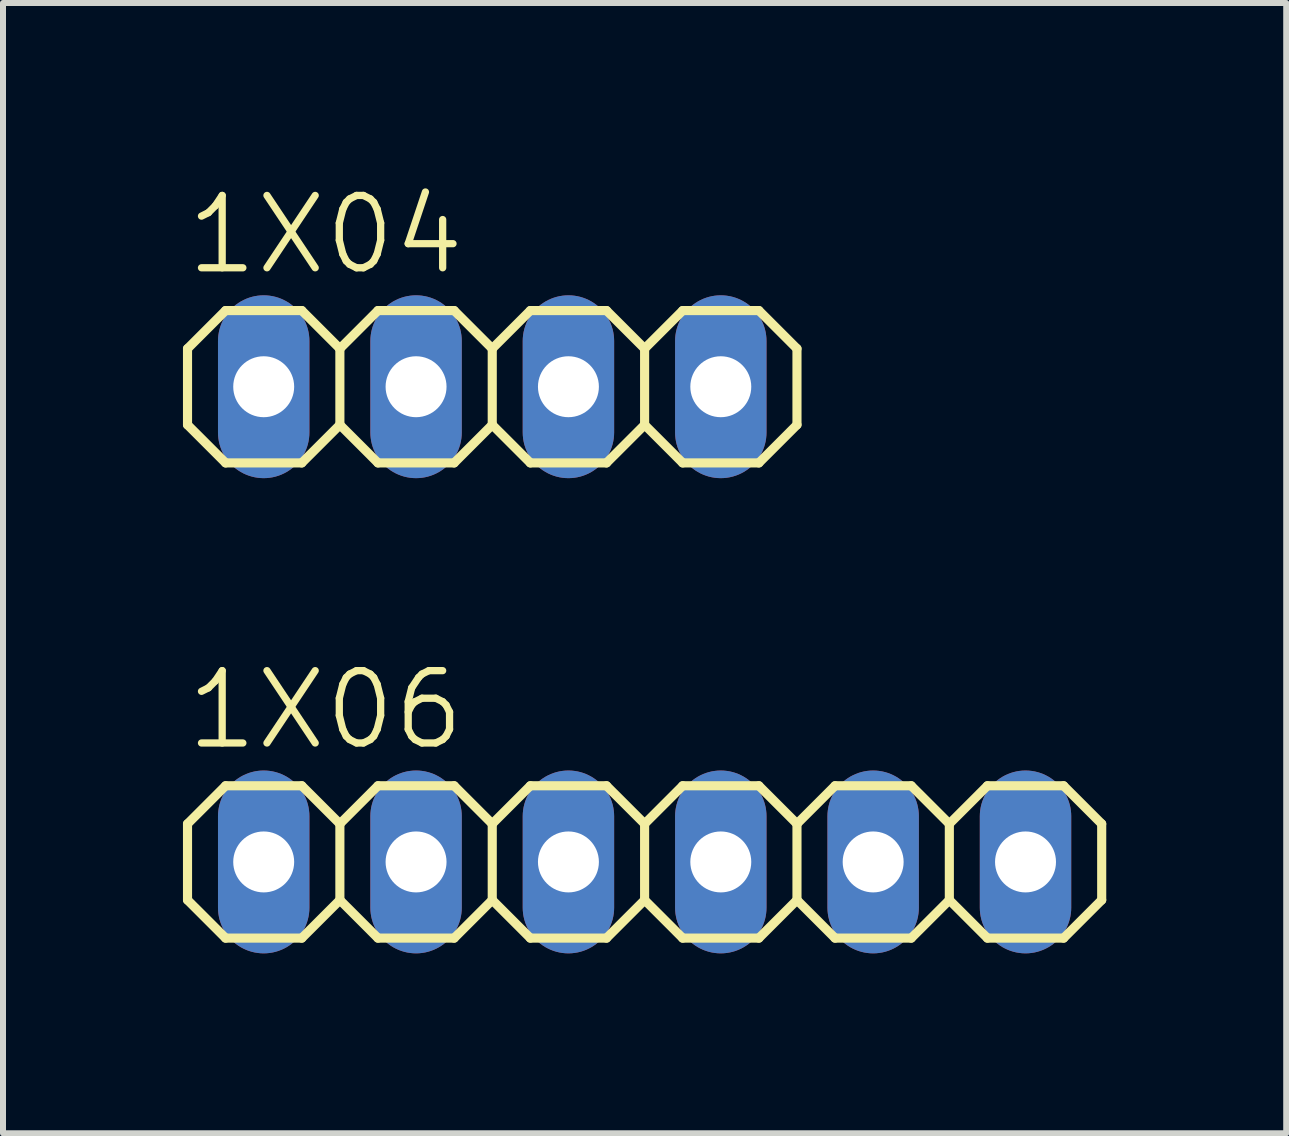
<source format=kicad_pcb>
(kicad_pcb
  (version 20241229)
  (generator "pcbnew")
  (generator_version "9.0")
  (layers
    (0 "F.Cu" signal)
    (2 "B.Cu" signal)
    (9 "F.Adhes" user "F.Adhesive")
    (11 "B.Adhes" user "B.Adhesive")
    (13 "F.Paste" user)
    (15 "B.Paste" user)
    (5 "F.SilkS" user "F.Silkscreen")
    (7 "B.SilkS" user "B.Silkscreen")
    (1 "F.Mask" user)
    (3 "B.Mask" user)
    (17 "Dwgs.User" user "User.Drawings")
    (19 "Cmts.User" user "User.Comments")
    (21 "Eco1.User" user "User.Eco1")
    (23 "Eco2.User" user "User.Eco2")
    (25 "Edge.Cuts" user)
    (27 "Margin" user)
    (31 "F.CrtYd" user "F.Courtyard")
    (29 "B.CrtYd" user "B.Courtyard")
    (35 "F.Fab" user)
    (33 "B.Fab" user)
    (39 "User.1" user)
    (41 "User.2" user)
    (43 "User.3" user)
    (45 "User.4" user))
  (footprint "1X06"
    (layer "F.Cu")
    (at 7.696 11.319)
    (property "Reference" "1X06" (at -7.696 -1.829 0) (layer "F.SilkS") (effects (font (size 1.206 1.206) (thickness 0.121)) (justify left bottom)))
    (attr through_hole)
    (fp_line (start -7.62 -0.635) (end -7.62 0.635) (stroke (width 0.152) (type solid)) (layer "F.SilkS"))
    (fp_line (start -7.62 0.635) (end -6.985 1.27) (stroke (width 0.152) (type solid)) (layer "F.SilkS"))
    (fp_line (start -6.985 -1.27) (end -7.62 -0.635) (stroke (width 0.152) (type solid)) (layer "F.SilkS"))
    (fp_line (start -6.985 -1.27) (end -5.715 -1.27) (stroke (width 0.152) (type solid)) (layer "F.SilkS"))
    (fp_line (start -5.715 -1.27) (end -5.08 -0.635) (stroke (width 0.152) (type solid)) (layer "F.SilkS"))
    (fp_line (start -5.715 1.27) (end -6.985 1.27) (stroke (width 0.152) (type solid)) (layer "F.SilkS"))
    (fp_line (start -5.08 -0.635) (end -5.08 0.635) (stroke (width 0.152) (type solid)) (layer "F.SilkS"))
    (fp_line (start -5.08 -0.635) (end -4.445 -1.27) (stroke (width 0.152) (type solid)) (layer "F.SilkS"))
    (fp_line (start -5.08 0.635) (end -5.715 1.27) (stroke (width 0.152) (type solid)) (layer "F.SilkS"))
    (fp_line (start -4.445 -1.27) (end -3.175 -1.27) (stroke (width 0.152) (type solid)) (layer "F.SilkS"))
    (fp_line (start -4.445 1.27) (end -5.08 0.635) (stroke (width 0.152) (type solid)) (layer "F.SilkS"))
    (fp_line (start -3.175 -1.27) (end -2.54 -0.635) (stroke (width 0.152) (type solid)) (layer "F.SilkS"))
    (fp_line (start -3.175 1.27) (end -4.445 1.27) (stroke (width 0.152) (type solid)) (layer "F.SilkS"))
    (fp_line (start -2.54 -0.635) (end -2.54 0.635) (stroke (width 0.152) (type solid)) (layer "F.SilkS"))
    (fp_line (start -2.54 -0.635) (end -1.905 -1.27) (stroke (width 0.152) (type solid)) (layer "F.SilkS"))
    (fp_line (start -2.54 0.635) (end -3.175 1.27) (stroke (width 0.152) (type solid)) (layer "F.SilkS"))
    (fp_line (start -1.905 -1.27) (end -0.635 -1.27) (stroke (width 0.152) (type solid)) (layer "F.SilkS"))
    (fp_line (start -1.905 1.27) (end -2.54 0.635) (stroke (width 0.152) (type solid)) (layer "F.SilkS"))
    (fp_line (start -0.635 -1.27) (end 0 -0.635) (stroke (width 0.152) (type solid)) (layer "F.SilkS"))
    (fp_line (start -0.635 1.27) (end -1.905 1.27) (stroke (width 0.152) (type solid)) (layer "F.SilkS"))
    (fp_line (start 0 -0.635) (end 0 0.635) (stroke (width 0.152) (type solid)) (layer "F.SilkS"))
    (fp_line (start 0 0.635) (end -0.635 1.27) (stroke (width 0.152) (type solid)) (layer "F.SilkS"))
    (fp_line (start 0 0.635) (end 0.635 1.27) (stroke (width 0.152) (type solid)) (layer "F.SilkS"))
    (fp_line (start 0.635 -1.27) (end 0 -0.635) (stroke (width 0.152) (type solid)) (layer "F.SilkS"))
    (fp_line (start 0.635 -1.27) (end 1.905 -1.27) (stroke (width 0.152) (type solid)) (layer "F.SilkS"))
    (fp_line (start 1.905 -1.27) (end 2.54 -0.635) (stroke (width 0.152) (type solid)) (layer "F.SilkS"))
    (fp_line (start 1.905 1.27) (end 0.635 1.27) (stroke (width 0.152) (type solid)) (layer "F.SilkS"))
    (fp_line (start 2.54 -0.635) (end 2.54 0.635) (stroke (width 0.152) (type solid)) (layer "F.SilkS"))
    (fp_line (start 2.54 -0.635) (end 3.175 -1.27) (stroke (width 0.152) (type solid)) (layer "F.SilkS"))
    (fp_line (start 2.54 0.635) (end 1.905 1.27) (stroke (width 0.152) (type solid)) (layer "F.SilkS"))
    (fp_line (start 3.175 -1.27) (end 4.445 -1.27) (stroke (width 0.152) (type solid)) (layer "F.SilkS"))
    (fp_line (start 3.175 1.27) (end 2.54 0.635) (stroke (width 0.152) (type solid)) (layer "F.SilkS"))
    (fp_line (start 4.445 -1.27) (end 5.08 -0.635) (stroke (width 0.152) (type solid)) (layer "F.SilkS"))
    (fp_line (start 4.445 1.27) (end 3.175 1.27) (stroke (width 0.152) (type solid)) (layer "F.SilkS"))
    (fp_line (start 5.08 -0.635) (end 5.08 0.635) (stroke (width 0.152) (type solid)) (layer "F.SilkS"))
    (fp_line (start 5.08 0.635) (end 4.445 1.27) (stroke (width 0.152) (type solid)) (layer "F.SilkS"))
    (fp_line (start 5.08 0.635) (end 5.715 1.27) (stroke (width 0.152) (type solid)) (layer "F.SilkS"))
    (fp_line (start 5.715 -1.27) (end 5.08 -0.635) (stroke (width 0.152) (type solid)) (layer "F.SilkS"))
    (fp_line (start 5.715 -1.27) (end 6.985 -1.27) (stroke (width 0.152) (type solid)) (layer "F.SilkS"))
    (fp_line (start 6.985 -1.27) (end 7.62 -0.635) (stroke (width 0.152) (type solid)) (layer "F.SilkS"))
    (fp_line (start 6.985 1.27) (end 5.715 1.27) (stroke (width 0.152) (type solid)) (layer "F.SilkS"))
    (fp_line (start 7.62 -0.635) (end 7.62 0.635) (stroke (width 0.152) (type solid)) (layer "F.SilkS"))
    (fp_line (start 7.62 0.635) (end 6.985 1.27) (stroke (width 0.152) (type solid)) (layer "F.SilkS"))
    (fp_poly (pts (xy -6.604 0.254) (xy -6.096 0.254) (xy -6.096 -0.254) (xy -6.604 -0.254)) (stroke (width 0.1) (type solid)) (fill no) (layer "F.Fab"))
    (fp_poly (pts (xy -4.064 0.254) (xy -3.556 0.254) (xy -3.556 -0.254) (xy -4.064 -0.254)) (stroke (width 0.1) (type solid)) (fill no) (layer "F.Fab"))
    (fp_poly (pts (xy -1.524 0.254) (xy -1.016 0.254) (xy -1.016 -0.254) (xy -1.524 -0.254)) (stroke (width 0.1) (type solid)) (fill no) (layer "F.Fab"))
    (fp_poly (pts (xy 1.016 0.254) (xy 1.524 0.254) (xy 1.524 -0.254) (xy 1.016 -0.254)) (stroke (width 0.1) (type solid)) (fill no) (layer "F.Fab"))
    (fp_poly (pts (xy 3.556 0.254) (xy 4.064 0.254) (xy 4.064 -0.254) (xy 3.556 -0.254)) (stroke (width 0.1) (type solid)) (fill no) (layer "F.Fab"))
    (fp_poly (pts (xy 6.096 0.254) (xy 6.604 0.254) (xy 6.604 -0.254) (xy 6.096 -0.254)) (stroke (width 0.1) (type solid)) (fill no) (layer "F.Fab"))
    (pad "1" thru_hole oval (at -6.35 0 90) (size 3.048 1.524) (drill 1.016) (layers "*.Cu" "*.Mask"))
    (pad "2" thru_hole oval (at -3.81 0 90) (size 3.048 1.524) (drill 1.016) (layers "*.Cu" "*.Mask"))
    (pad "3" thru_hole oval (at -1.27 0 90) (size 3.048 1.524) (drill 1.016) (layers "*.Cu" "*.Mask"))
    (pad "4" thru_hole oval (at 1.27 0 90) (size 3.048 1.524) (drill 1.016) (layers "*.Cu" "*.Mask"))
    (pad "5" thru_hole oval (at 3.81 0 90) (size 3.048 1.524) (drill 1.016) (layers "*.Cu" "*.Mask"))
    (pad "6" thru_hole oval (at 6.35 0 90) (size 3.048 1.524) (drill 1.016) (layers "*.Cu" "*.Mask")))
  (footprint "1X04"
    (layer "F.Cu")
    (at 5.156 3.397)
    (property "Reference" "1X04" (at -5.156 -1.829 0) (layer "F.SilkS") (effects (font (size 1.206 1.206) (thickness 0.121)) (justify left bottom)))
    (attr through_hole)
    (fp_line (start -5.08 -0.635) (end -5.08 0.635) (stroke (width 0.152) (type solid)) (layer "F.SilkS"))
    (fp_line (start -5.08 0.635) (end -4.445 1.27) (stroke (width 0.152) (type solid)) (layer "F.SilkS"))
    (fp_line (start -4.445 -1.27) (end -5.08 -0.635) (stroke (width 0.152) (type solid)) (layer "F.SilkS"))
    (fp_line (start -4.445 -1.27) (end -3.175 -1.27) (stroke (width 0.152) (type solid)) (layer "F.SilkS"))
    (fp_line (start -3.175 -1.27) (end -2.54 -0.635) (stroke (width 0.152) (type solid)) (layer "F.SilkS"))
    (fp_line (start -3.175 1.27) (end -4.445 1.27) (stroke (width 0.152) (type solid)) (layer "F.SilkS"))
    (fp_line (start -2.54 -0.635) (end -2.54 0.635) (stroke (width 0.152) (type solid)) (layer "F.SilkS"))
    (fp_line (start -2.54 -0.635) (end -1.905 -1.27) (stroke (width 0.152) (type solid)) (layer "F.SilkS"))
    (fp_line (start -2.54 0.635) (end -3.175 1.27) (stroke (width 0.152) (type solid)) (layer "F.SilkS"))
    (fp_line (start -1.905 -1.27) (end -0.635 -1.27) (stroke (width 0.152) (type solid)) (layer "F.SilkS"))
    (fp_line (start -1.905 1.27) (end -2.54 0.635) (stroke (width 0.152) (type solid)) (layer "F.SilkS"))
    (fp_line (start -0.635 -1.27) (end 0 -0.635) (stroke (width 0.152) (type solid)) (layer "F.SilkS"))
    (fp_line (start -0.635 1.27) (end -1.905 1.27) (stroke (width 0.152) (type solid)) (layer "F.SilkS"))
    (fp_line (start 0 -0.635) (end 0 0.635) (stroke (width 0.152) (type solid)) (layer "F.SilkS"))
    (fp_line (start 0 -0.635) (end 0.635 -1.27) (stroke (width 0.152) (type solid)) (layer "F.SilkS"))
    (fp_line (start 0 0.635) (end -0.635 1.27) (stroke (width 0.152) (type solid)) (layer "F.SilkS"))
    (fp_line (start 0.635 -1.27) (end 1.905 -1.27) (stroke (width 0.152) (type solid)) (layer "F.SilkS"))
    (fp_line (start 0.635 1.27) (end 0 0.635) (stroke (width 0.152) (type solid)) (layer "F.SilkS"))
    (fp_line (start 1.905 -1.27) (end 2.54 -0.635) (stroke (width 0.152) (type solid)) (layer "F.SilkS"))
    (fp_line (start 1.905 1.27) (end 0.635 1.27) (stroke (width 0.152) (type solid)) (layer "F.SilkS"))
    (fp_line (start 2.54 -0.635) (end 2.54 0.635) (stroke (width 0.152) (type solid)) (layer "F.SilkS"))
    (fp_line (start 2.54 0.635) (end 1.905 1.27) (stroke (width 0.152) (type solid)) (layer "F.SilkS"))
    (fp_line (start 2.54 0.635) (end 3.175 1.27) (stroke (width 0.152) (type solid)) (layer "F.SilkS"))
    (fp_line (start 3.175 -1.27) (end 2.54 -0.635) (stroke (width 0.152) (type solid)) (layer "F.SilkS"))
    (fp_line (start 3.175 -1.27) (end 4.445 -1.27) (stroke (width 0.152) (type solid)) (layer "F.SilkS"))
    (fp_line (start 4.445 -1.27) (end 5.08 -0.635) (stroke (width 0.152) (type solid)) (layer "F.SilkS"))
    (fp_line (start 4.445 1.27) (end 3.175 1.27) (stroke (width 0.152) (type solid)) (layer "F.SilkS"))
    (fp_line (start 5.08 -0.635) (end 5.08 0.635) (stroke (width 0.152) (type solid)) (layer "F.SilkS"))
    (fp_line (start 5.08 0.635) (end 4.445 1.27) (stroke (width 0.152) (type solid)) (layer "F.SilkS"))
    (fp_poly (pts (xy -4.064 0.254) (xy -3.556 0.254) (xy -3.556 -0.254) (xy -4.064 -0.254)) (stroke (width 0.1) (type solid)) (fill no) (layer "F.Fab"))
    (fp_poly (pts (xy -1.524 0.254) (xy -1.016 0.254) (xy -1.016 -0.254) (xy -1.524 -0.254)) (stroke (width 0.1) (type solid)) (fill no) (layer "F.Fab"))
    (fp_poly (pts (xy 1.016 0.254) (xy 1.524 0.254) (xy 1.524 -0.254) (xy 1.016 -0.254)) (stroke (width 0.1) (type solid)) (fill no) (layer "F.Fab"))
    (fp_poly (pts (xy 3.556 0.254) (xy 4.064 0.254) (xy 4.064 -0.254) (xy 3.556 -0.254)) (stroke (width 0.1) (type solid)) (fill no) (layer "F.Fab"))
    (pad "1" thru_hole oval (at -3.81 0 90) (size 3.048 1.524) (drill 1.016) (layers "*.Cu" "*.Mask"))
    (pad "2" thru_hole oval (at -1.27 0 90) (size 3.048 1.524) (drill 1.016) (layers "*.Cu" "*.Mask"))
    (pad "3" thru_hole oval (at 1.27 0 90) (size 3.048 1.524) (drill 1.016) (layers "*.Cu" "*.Mask"))
    (pad "4" thru_hole oval (at 3.81 0 90) (size 3.048 1.524) (drill 1.016) (layers "*.Cu" "*.Mask")))
  (gr_rect
    (start -3 -3)
    (end 18.392 15.842)
    (stroke (width 0.1) (type default))
    (fill no)
    (layer "Edge.Cuts")))
</source>
